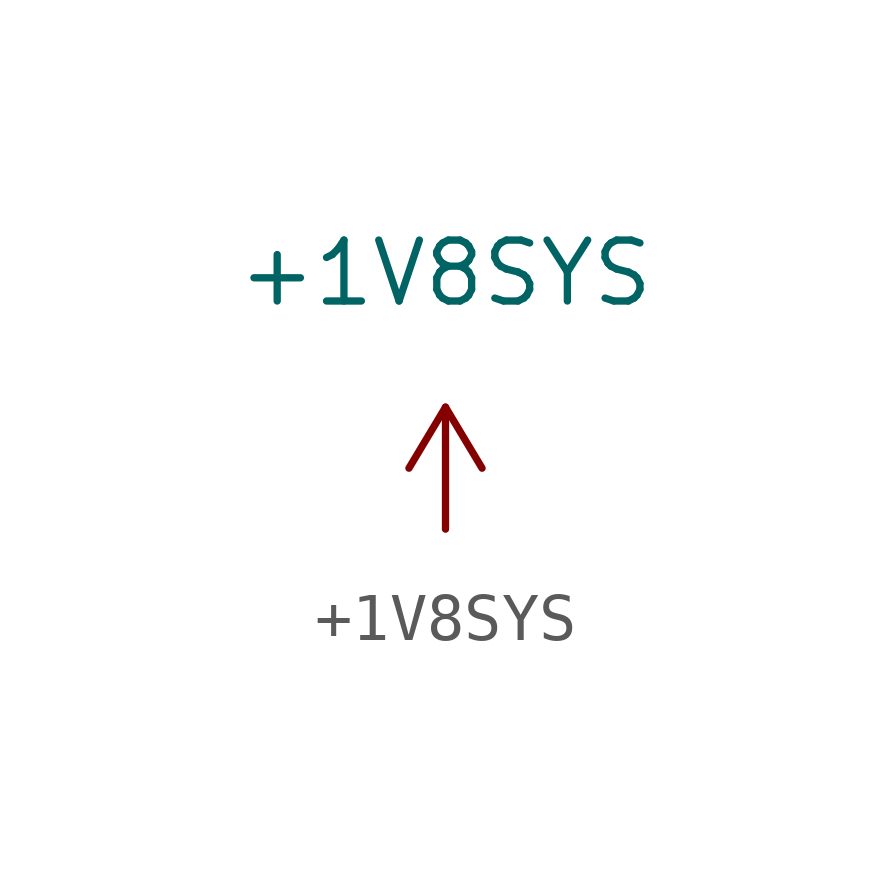
<source format=kicad_sym>
(kicad_symbol_lib
  (version 20220914)
  (generator kicad_symbol_editor)
  (symbol "+1V8SYS"
    (power)
    (pin_names
      (offset 0))
    (property "Reference" "#PWR1V8SYS"
      (at 0 -3.81 0)
      (effects (font (size 1.27 1.27)) hide))
    (property "Value" "+1V8SYS"
      (at 0 5.334 0)
      (effects (font (size 1.27 1.27))))
    (symbol "+1V8SYS_0_1"
      (polyline (pts (xy -0.762 1.27) (xy 0 2.54)) (stroke (width 0) (type default)) (fill (type none)))
      (polyline (pts (xy 0 0) (xy 0 2.54)) (stroke (width 0) (type default)) (fill (type none)))
      (polyline (pts (xy 0 2.54) (xy 0.762 1.27)) (stroke (width 0) (type default)) (fill (type none))))
    (symbol "+1V8SYS_1_1"
      (pin power_in line (at 0 0 90) (length 0) hide (name "+1V8_SYS" (effects (font (size 1.27 1.27)))) (number "1" (effects (font (size 1.27 1.27))))))))
</source>
